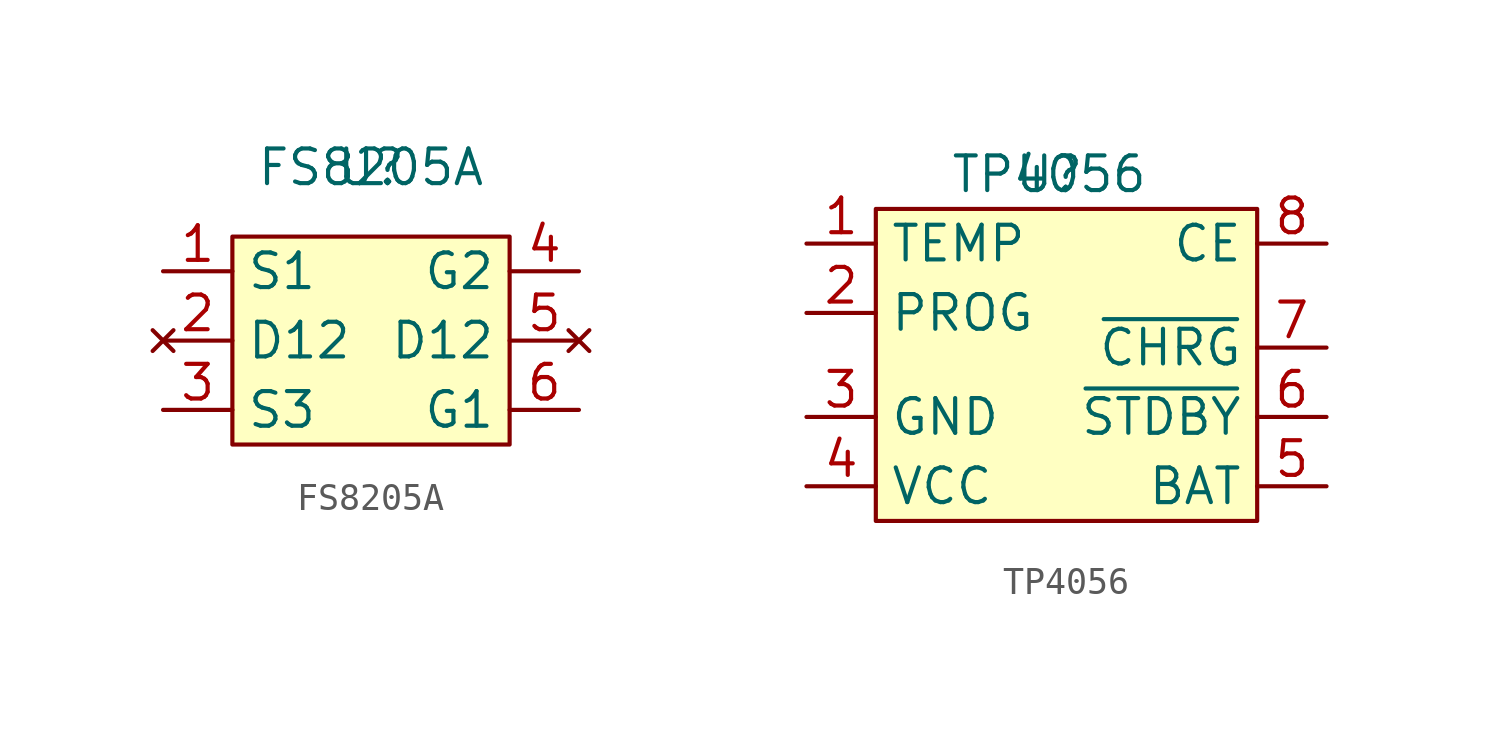
<source format=kicad_sym>
(kicad_symbol_lib
  (version 20211014)
  (generator kicad_symbol_editor)
  (symbol "FS8205A"
    (property "Reference" "U"
      (at 0 0 0)
      (effects (font (size 1.27 1.27))))
    (property "Value" "FS8205A"
      (at 0 0 0)
      (effects (font (size 1.27 1.27))))
    (symbol "FS8205A_0_1"
      (rectangle (start -5.08 -2.54) (end 5.08 -10.16) (stroke (width 0) (type default) (color 0 0 0 0)) (fill (type background))))
    (symbol "FS8205A_1_1"
      (pin input line (at -7.62 -3.81 0) (length 2.54) (name "S1" (effects (font (size 1.27 1.27)))) (number "1" (effects (font (size 1.27 1.27)))))
      (pin no_connect line (at -7.62 -6.35 0) (length 2.54) (name "D12" (effects (font (size 1.27 1.27)))) (number "2" (effects (font (size 1.27 1.27)))))
      (pin input line (at -7.62 -8.89 0) (length 2.54) (name "S3" (effects (font (size 1.27 1.27)))) (number "3" (effects (font (size 1.27 1.27)))))
      (pin output line (at 7.62 -3.81 180) (length 2.54) (name "G2" (effects (font (size 1.27 1.27)))) (number "4" (effects (font (size 1.27 1.27)))))
      (pin no_connect line (at 7.62 -6.35 180) (length 2.54) (name "D12" (effects (font (size 1.27 1.27)))) (number "5" (effects (font (size 1.27 1.27)))))
      (pin output line (at 7.62 -8.89 180) (length 2.54) (name "G1" (effects (font (size 1.27 1.27)))) (number "6" (effects (font (size 1.27 1.27)))))))
  (symbol "TP4056"
    (property "Reference" "U"
      (at 0 6.35 0)
      (effects (font (size 1.27 1.27))))
    (property "Value" "TP4056"
      (at 0 6.35 0)
      (effects (font (size 1.27 1.27))))
    (symbol "TP4056_0_1"
      (rectangle (start -6.35 5.08) (end 7.62 -6.35) (stroke (width 0) (type default) (color 0 0 0 0)) (fill (type background))))
    (symbol "TP4056_1_1"
      (pin input line (at -8.89 3.81 0) (length 2.54) (name "TEMP" (effects (font (size 1.27 1.27)))) (number "1" (effects (font (size 1.27 1.27)))))
      (pin input line (at -8.89 1.27 0) (length 2.54) (name "PROG" (effects (font (size 1.27 1.27)))) (number "2" (effects (font (size 1.27 1.27)))))
      (pin power_in line (at -8.89 -2.54 0) (length 2.54) (name "GND" (effects (font (size 1.27 1.27)))) (number "3" (effects (font (size 1.27 1.27)))))
      (pin power_in line (at -8.89 -5.08 0) (length 2.54) (name "VCC" (effects (font (size 1.27 1.27)))) (number "4" (effects (font (size 1.27 1.27)))))
      (pin power_in line (at 10.16 -5.08 180) (length 2.54) (name "BAT" (effects (font (size 1.27 1.27)))) (number "5" (effects (font (size 1.27 1.27)))))
      (pin output line (at 10.16 -2.54 180) (length 2.54) (name "~{STDBY}" (effects (font (size 1.27 1.27)))) (number "6" (effects (font (size 1.27 1.27)))))
      (pin output line (at 10.16 0 180) (length 2.54) (name "~{CHRG}" (effects (font (size 1.27 1.27)))) (number "7" (effects (font (size 1.27 1.27)))))
      (pin output line (at 10.16 3.81 180) (length 2.54) (name "CE" (effects (font (size 1.27 1.27)))) (number "8" (effects (font (size 1.27 1.27))))))))
</source>
